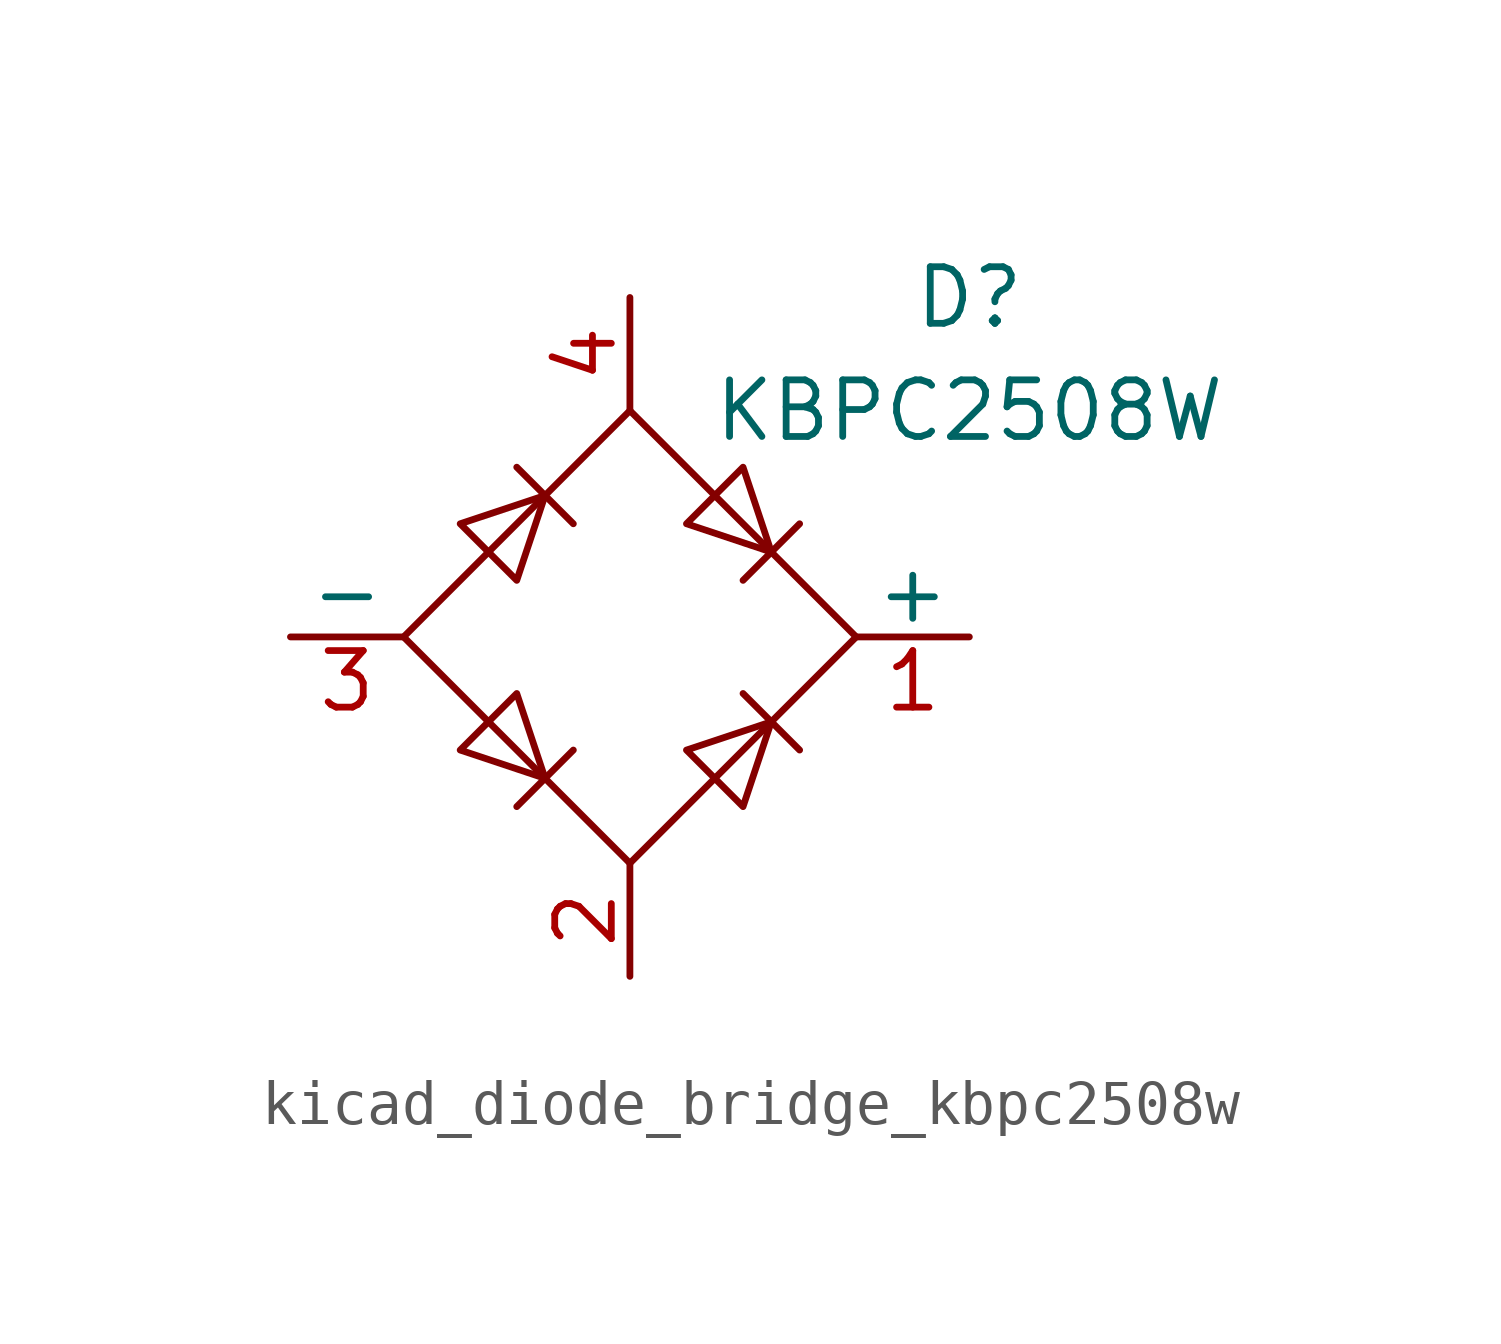
<source format=kicad_sym>
(kicad_symbol_lib
  (version 20220914)
  (generator kicad_symbol_editor)
  (symbol "kicad_diode_bridge_kbpc2508w"
    (pin_names
      (offset 0))
    (property "Reference" "D"
      (at 7.62 7.62 0)
      (effects (font (size 1.27 1.27))))
    (property "Value" "KBPC2508W"
      (at 7.62 5.08 0)
      (effects (font (size 1.27 1.27))))
    (symbol "kicad_diode_bridge_kbpc2508w_0_1"
      (polyline (pts (xy -2.54 3.81) (xy -1.27 2.54)) (stroke (width 0) (type default)) (fill (type none)))
      (polyline (pts (xy -1.27 -2.54) (xy -2.54 -3.81)) (stroke (width 0) (type default)) (fill (type none)))
      (polyline (pts (xy 2.54 -1.27) (xy 3.81 -2.54)) (stroke (width 0) (type default)) (fill (type none)))
      (polyline (pts (xy 2.54 1.27) (xy 3.81 2.54)) (stroke (width 0) (type default)) (fill (type none)))
      (polyline (pts (xy -3.81 2.54) (xy -2.54 1.27) (xy -1.905 3.175) (xy -3.81 2.54)) (stroke (width 0) (type default)) (fill (type none)))
      (polyline (pts (xy -2.54 -1.27) (xy -3.81 -2.54) (xy -1.905 -3.175) (xy -2.54 -1.27)) (stroke (width 0) (type default)) (fill (type none)))
      (polyline (pts (xy 1.27 2.54) (xy 2.54 3.81) (xy 3.175 1.905) (xy 1.27 2.54)) (stroke (width 0) (type default)) (fill (type none)))
      (polyline (pts (xy 3.175 -1.905) (xy 1.27 -2.54) (xy 2.54 -3.81) (xy 3.175 -1.905)) (stroke (width 0) (type default)) (fill (type none)))
      (polyline (pts (xy -5.08 0) (xy 0 -5.08) (xy 5.08 0) (xy 0 5.08) (xy -5.08 0)) (stroke (width 0) (type default)) (fill (type none))))
    (symbol "kicad_diode_bridge_kbpc2508w_1_1"
      (pin passive line (at 7.62 0 180) (length 2.54) (name "+" (effects (font (size 1.27 1.27)))) (number "1" (effects (font (size 1.27 1.27)))))
      (pin passive line (at 0 -7.62 90) (length 2.54) (name "~" (effects (font (size 1.27 1.27)))) (number "2" (effects (font (size 1.27 1.27)))))
      (pin passive line (at -7.62 0 0) (length 2.54) (name "-" (effects (font (size 1.27 1.27)))) (number "3" (effects (font (size 1.27 1.27)))))
      (pin passive line (at 0 7.62 270) (length 2.54) (name "~" (effects (font (size 1.27 1.27)))) (number "4" (effects (font (size 1.27 1.27))))))))
</source>
